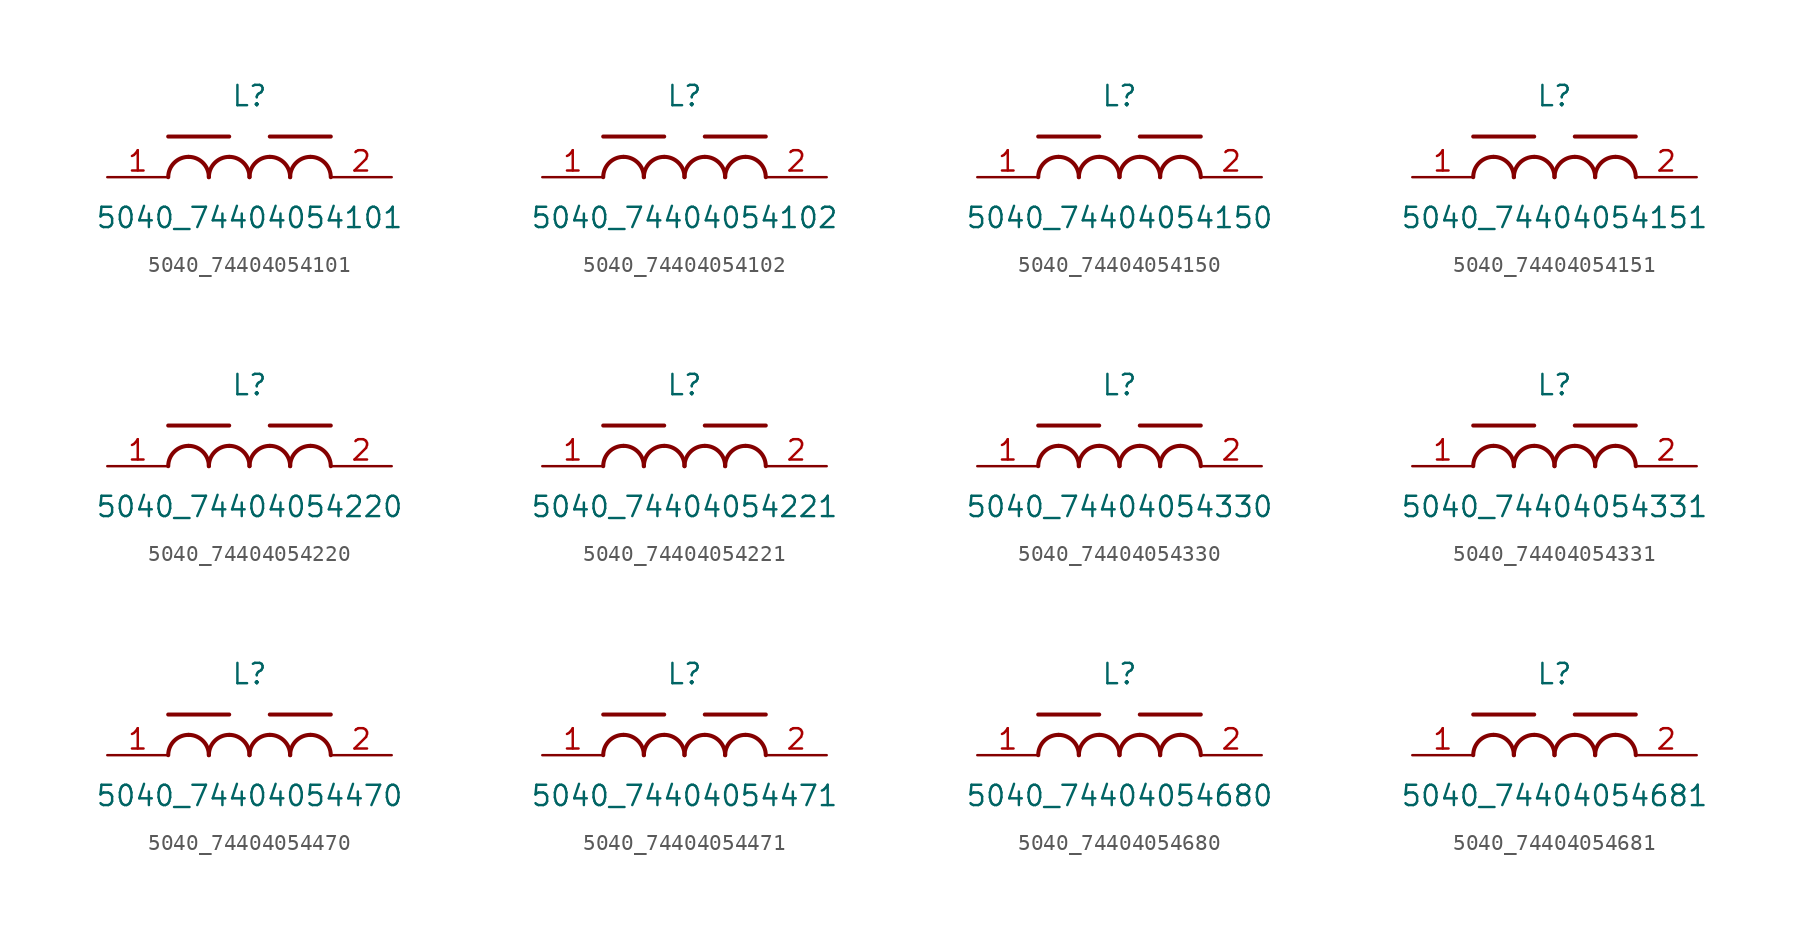
<source format=kicad_sym>
(kicad_symbol_lib
  (version 20211014)
  (generator kicad_symbol_editor)
  (symbol "Inductor_Wurth_WE-LQS:5040_74404054101"
    (pin_names hide)
    (property "Reference" "L"
      (at 0 5.08 0)
      (effects (font (size 1.27 1.27))))
    (property "Value" "5040_74404054101"
      (at 0 -2.54 0)
      (effects (font (size 1.27 1.27))))
    (symbol "5040_74404054101_0_1"
      (arc (start -3.81 1.27) (mid -4.708 0.898) (end -5.08 0) (stroke (width 0.254) (type default) (color 0 0 0 0)) (fill (type none)))
      (arc (start -2.54 0) (mid -2.912 0.898) (end -3.81 1.27) (stroke (width 0.254) (type default) (color 0 0 0 0)) (fill (type none)))
      (arc (start -1.2699 1.2701) (mid -2.1679 0.8981) (end -2.5399 0.0001) (stroke (width 0.254) (type default) (color 0 0 0 0)) (fill (type none)))
      (polyline (pts (xy -5.08 2.54) (xy -1.27 2.54)) (stroke (width 0.254) (type default) (color 0 0 0 0)) (fill (type none)))
      (polyline (pts (xy 5.08 2.54) (xy 1.27 2.54)) (stroke (width 0.254) (type default) (color 0 0 0 0)) (fill (type none)))
      (arc (start 0.0001 0.0001) (mid -0.3719 0.8981) (end -1.2699 1.2701) (stroke (width 0.254) (type default) (color 0 0 0 0)) (fill (type none)))
      (arc (start 1.2701 1.2701) (mid 0.3721 0.8981) (end 0.0001 0.0001) (stroke (width 0.254) (type default) (color 0 0 0 0)) (fill (type none)))
      (arc (start 2.5401 0.0001) (mid 2.1681 0.8981) (end 1.2701 1.2701) (stroke (width 0.254) (type default) (color 0 0 0 0)) (fill (type none)))
      (arc (start 3.8101 1.2701) (mid 2.9121 0.8981) (end 2.5401 0.0001) (stroke (width 0.254) (type default) (color 0 0 0 0)) (fill (type none)))
      (arc (start 5.0801 0.0001) (mid 4.7081 0.8981) (end 3.8101 1.2701) (stroke (width 0.254) (type default) (color 0 0 0 0)) (fill (type none))))
    (symbol "5040_74404054101_1_1"
      (pin passive line (at -8.89 0 0) (length 3.81) (name "1" (effects (font (size 1.27 1.27)))) (number "1" (effects (font (size 1.27 1.27)))))
      (pin passive line (at 8.89 0 180) (length 3.81) (name "2" (effects (font (size 1.27 1.27)))) (number "2" (effects (font (size 1.27 1.27)))))))
  (symbol "Inductor_Wurth_WE-LQS:5040_74404054102"
    (pin_names hide)
    (property "Reference" "L"
      (at 0 5.08 0)
      (effects (font (size 1.27 1.27))))
    (property "Value" "5040_74404054102"
      (at 0 -2.54 0)
      (effects (font (size 1.27 1.27))))
    (symbol "5040_74404054102_0_1"
      (arc (start -3.81 1.27) (mid -4.708 0.898) (end -5.08 0) (stroke (width 0.254) (type default) (color 0 0 0 0)) (fill (type none)))
      (arc (start -2.54 0) (mid -2.912 0.898) (end -3.81 1.27) (stroke (width 0.254) (type default) (color 0 0 0 0)) (fill (type none)))
      (arc (start -1.2699 1.2701) (mid -2.1679 0.8981) (end -2.5399 0.0001) (stroke (width 0.254) (type default) (color 0 0 0 0)) (fill (type none)))
      (polyline (pts (xy -5.08 2.54) (xy -1.27 2.54)) (stroke (width 0.254) (type default) (color 0 0 0 0)) (fill (type none)))
      (polyline (pts (xy 5.08 2.54) (xy 1.27 2.54)) (stroke (width 0.254) (type default) (color 0 0 0 0)) (fill (type none)))
      (arc (start 0.0001 0.0001) (mid -0.3719 0.8981) (end -1.2699 1.2701) (stroke (width 0.254) (type default) (color 0 0 0 0)) (fill (type none)))
      (arc (start 1.2701 1.2701) (mid 0.3721 0.8981) (end 0.0001 0.0001) (stroke (width 0.254) (type default) (color 0 0 0 0)) (fill (type none)))
      (arc (start 2.5401 0.0001) (mid 2.1681 0.8981) (end 1.2701 1.2701) (stroke (width 0.254) (type default) (color 0 0 0 0)) (fill (type none)))
      (arc (start 3.8101 1.2701) (mid 2.9121 0.8981) (end 2.5401 0.0001) (stroke (width 0.254) (type default) (color 0 0 0 0)) (fill (type none)))
      (arc (start 5.0801 0.0001) (mid 4.7081 0.8981) (end 3.8101 1.2701) (stroke (width 0.254) (type default) (color 0 0 0 0)) (fill (type none))))
    (symbol "5040_74404054102_1_1"
      (pin passive line (at -8.89 0 0) (length 3.81) (name "1" (effects (font (size 1.27 1.27)))) (number "1" (effects (font (size 1.27 1.27)))))
      (pin passive line (at 8.89 0 180) (length 3.81) (name "2" (effects (font (size 1.27 1.27)))) (number "2" (effects (font (size 1.27 1.27)))))))
  (symbol "Inductor_Wurth_WE-LQS:5040_74404054150"
    (pin_names hide)
    (property "Reference" "L"
      (at 0 5.08 0)
      (effects (font (size 1.27 1.27))))
    (property "Value" "5040_74404054150"
      (at 0 -2.54 0)
      (effects (font (size 1.27 1.27))))
    (symbol "5040_74404054150_0_1"
      (arc (start -3.81 1.27) (mid -4.708 0.898) (end -5.08 0) (stroke (width 0.254) (type default) (color 0 0 0 0)) (fill (type none)))
      (arc (start -2.54 0) (mid -2.912 0.898) (end -3.81 1.27) (stroke (width 0.254) (type default) (color 0 0 0 0)) (fill (type none)))
      (arc (start -1.2699 1.2701) (mid -2.1679 0.8981) (end -2.5399 0.0001) (stroke (width 0.254) (type default) (color 0 0 0 0)) (fill (type none)))
      (polyline (pts (xy -5.08 2.54) (xy -1.27 2.54)) (stroke (width 0.254) (type default) (color 0 0 0 0)) (fill (type none)))
      (polyline (pts (xy 5.08 2.54) (xy 1.27 2.54)) (stroke (width 0.254) (type default) (color 0 0 0 0)) (fill (type none)))
      (arc (start 0.0001 0.0001) (mid -0.3719 0.8981) (end -1.2699 1.2701) (stroke (width 0.254) (type default) (color 0 0 0 0)) (fill (type none)))
      (arc (start 1.2701 1.2701) (mid 0.3721 0.8981) (end 0.0001 0.0001) (stroke (width 0.254) (type default) (color 0 0 0 0)) (fill (type none)))
      (arc (start 2.5401 0.0001) (mid 2.1681 0.8981) (end 1.2701 1.2701) (stroke (width 0.254) (type default) (color 0 0 0 0)) (fill (type none)))
      (arc (start 3.8101 1.2701) (mid 2.9121 0.8981) (end 2.5401 0.0001) (stroke (width 0.254) (type default) (color 0 0 0 0)) (fill (type none)))
      (arc (start 5.0801 0.0001) (mid 4.7081 0.8981) (end 3.8101 1.2701) (stroke (width 0.254) (type default) (color 0 0 0 0)) (fill (type none))))
    (symbol "5040_74404054150_1_1"
      (pin passive line (at -8.89 0 0) (length 3.81) (name "1" (effects (font (size 1.27 1.27)))) (number "1" (effects (font (size 1.27 1.27)))))
      (pin passive line (at 8.89 0 180) (length 3.81) (name "2" (effects (font (size 1.27 1.27)))) (number "2" (effects (font (size 1.27 1.27)))))))
  (symbol "Inductor_Wurth_WE-LQS:5040_74404054151"
    (pin_names hide)
    (property "Reference" "L"
      (at 0 5.08 0)
      (effects (font (size 1.27 1.27))))
    (property "Value" "5040_74404054151"
      (at 0 -2.54 0)
      (effects (font (size 1.27 1.27))))
    (symbol "5040_74404054151_0_1"
      (arc (start -3.81 1.27) (mid -4.708 0.898) (end -5.08 0) (stroke (width 0.254) (type default) (color 0 0 0 0)) (fill (type none)))
      (arc (start -2.54 0) (mid -2.912 0.898) (end -3.81 1.27) (stroke (width 0.254) (type default) (color 0 0 0 0)) (fill (type none)))
      (arc (start -1.2699 1.2701) (mid -2.1679 0.8981) (end -2.5399 0.0001) (stroke (width 0.254) (type default) (color 0 0 0 0)) (fill (type none)))
      (polyline (pts (xy -5.08 2.54) (xy -1.27 2.54)) (stroke (width 0.254) (type default) (color 0 0 0 0)) (fill (type none)))
      (polyline (pts (xy 5.08 2.54) (xy 1.27 2.54)) (stroke (width 0.254) (type default) (color 0 0 0 0)) (fill (type none)))
      (arc (start 0.0001 0.0001) (mid -0.3719 0.8981) (end -1.2699 1.2701) (stroke (width 0.254) (type default) (color 0 0 0 0)) (fill (type none)))
      (arc (start 1.2701 1.2701) (mid 0.3721 0.8981) (end 0.0001 0.0001) (stroke (width 0.254) (type default) (color 0 0 0 0)) (fill (type none)))
      (arc (start 2.5401 0.0001) (mid 2.1681 0.8981) (end 1.2701 1.2701) (stroke (width 0.254) (type default) (color 0 0 0 0)) (fill (type none)))
      (arc (start 3.8101 1.2701) (mid 2.9121 0.8981) (end 2.5401 0.0001) (stroke (width 0.254) (type default) (color 0 0 0 0)) (fill (type none)))
      (arc (start 5.0801 0.0001) (mid 4.7081 0.8981) (end 3.8101 1.2701) (stroke (width 0.254) (type default) (color 0 0 0 0)) (fill (type none))))
    (symbol "5040_74404054151_1_1"
      (pin passive line (at -8.89 0 0) (length 3.81) (name "1" (effects (font (size 1.27 1.27)))) (number "1" (effects (font (size 1.27 1.27)))))
      (pin passive line (at 8.89 0 180) (length 3.81) (name "2" (effects (font (size 1.27 1.27)))) (number "2" (effects (font (size 1.27 1.27)))))))
  (symbol "Inductor_Wurth_WE-LQS:5040_74404054220"
    (pin_names hide)
    (property "Reference" "L"
      (at 0 5.08 0)
      (effects (font (size 1.27 1.27))))
    (property "Value" "5040_74404054220"
      (at 0 -2.54 0)
      (effects (font (size 1.27 1.27))))
    (symbol "5040_74404054220_0_1"
      (arc (start -3.81 1.27) (mid -4.708 0.898) (end -5.08 0) (stroke (width 0.254) (type default) (color 0 0 0 0)) (fill (type none)))
      (arc (start -2.54 0) (mid -2.912 0.898) (end -3.81 1.27) (stroke (width 0.254) (type default) (color 0 0 0 0)) (fill (type none)))
      (arc (start -1.2699 1.2701) (mid -2.1679 0.8981) (end -2.5399 0.0001) (stroke (width 0.254) (type default) (color 0 0 0 0)) (fill (type none)))
      (polyline (pts (xy -5.08 2.54) (xy -1.27 2.54)) (stroke (width 0.254) (type default) (color 0 0 0 0)) (fill (type none)))
      (polyline (pts (xy 5.08 2.54) (xy 1.27 2.54)) (stroke (width 0.254) (type default) (color 0 0 0 0)) (fill (type none)))
      (arc (start 0.0001 0.0001) (mid -0.3719 0.8981) (end -1.2699 1.2701) (stroke (width 0.254) (type default) (color 0 0 0 0)) (fill (type none)))
      (arc (start 1.2701 1.2701) (mid 0.3721 0.8981) (end 0.0001 0.0001) (stroke (width 0.254) (type default) (color 0 0 0 0)) (fill (type none)))
      (arc (start 2.5401 0.0001) (mid 2.1681 0.8981) (end 1.2701 1.2701) (stroke (width 0.254) (type default) (color 0 0 0 0)) (fill (type none)))
      (arc (start 3.8101 1.2701) (mid 2.9121 0.8981) (end 2.5401 0.0001) (stroke (width 0.254) (type default) (color 0 0 0 0)) (fill (type none)))
      (arc (start 5.0801 0.0001) (mid 4.7081 0.8981) (end 3.8101 1.2701) (stroke (width 0.254) (type default) (color 0 0 0 0)) (fill (type none))))
    (symbol "5040_74404054220_1_1"
      (pin passive line (at -8.89 0 0) (length 3.81) (name "1" (effects (font (size 1.27 1.27)))) (number "1" (effects (font (size 1.27 1.27)))))
      (pin passive line (at 8.89 0 180) (length 3.81) (name "2" (effects (font (size 1.27 1.27)))) (number "2" (effects (font (size 1.27 1.27)))))))
  (symbol "Inductor_Wurth_WE-LQS:5040_74404054221"
    (pin_names hide)
    (property "Reference" "L"
      (at 0 5.08 0)
      (effects (font (size 1.27 1.27))))
    (property "Value" "5040_74404054221"
      (at 0 -2.54 0)
      (effects (font (size 1.27 1.27))))
    (symbol "5040_74404054221_0_1"
      (arc (start -3.81 1.27) (mid -4.708 0.898) (end -5.08 0) (stroke (width 0.254) (type default) (color 0 0 0 0)) (fill (type none)))
      (arc (start -2.54 0) (mid -2.912 0.898) (end -3.81 1.27) (stroke (width 0.254) (type default) (color 0 0 0 0)) (fill (type none)))
      (arc (start -1.2699 1.2701) (mid -2.1679 0.8981) (end -2.5399 0.0001) (stroke (width 0.254) (type default) (color 0 0 0 0)) (fill (type none)))
      (polyline (pts (xy -5.08 2.54) (xy -1.27 2.54)) (stroke (width 0.254) (type default) (color 0 0 0 0)) (fill (type none)))
      (polyline (pts (xy 5.08 2.54) (xy 1.27 2.54)) (stroke (width 0.254) (type default) (color 0 0 0 0)) (fill (type none)))
      (arc (start 0.0001 0.0001) (mid -0.3719 0.8981) (end -1.2699 1.2701) (stroke (width 0.254) (type default) (color 0 0 0 0)) (fill (type none)))
      (arc (start 1.2701 1.2701) (mid 0.3721 0.8981) (end 0.0001 0.0001) (stroke (width 0.254) (type default) (color 0 0 0 0)) (fill (type none)))
      (arc (start 2.5401 0.0001) (mid 2.1681 0.8981) (end 1.2701 1.2701) (stroke (width 0.254) (type default) (color 0 0 0 0)) (fill (type none)))
      (arc (start 3.8101 1.2701) (mid 2.9121 0.8981) (end 2.5401 0.0001) (stroke (width 0.254) (type default) (color 0 0 0 0)) (fill (type none)))
      (arc (start 5.0801 0.0001) (mid 4.7081 0.8981) (end 3.8101 1.2701) (stroke (width 0.254) (type default) (color 0 0 0 0)) (fill (type none))))
    (symbol "5040_74404054221_1_1"
      (pin passive line (at -8.89 0 0) (length 3.81) (name "1" (effects (font (size 1.27 1.27)))) (number "1" (effects (font (size 1.27 1.27)))))
      (pin passive line (at 8.89 0 180) (length 3.81) (name "2" (effects (font (size 1.27 1.27)))) (number "2" (effects (font (size 1.27 1.27)))))))
  (symbol "Inductor_Wurth_WE-LQS:5040_74404054330"
    (pin_names hide)
    (property "Reference" "L"
      (at 0 5.08 0)
      (effects (font (size 1.27 1.27))))
    (property "Value" "5040_74404054330"
      (at 0 -2.54 0)
      (effects (font (size 1.27 1.27))))
    (symbol "5040_74404054330_0_1"
      (arc (start -3.81 1.27) (mid -4.708 0.898) (end -5.08 0) (stroke (width 0.254) (type default) (color 0 0 0 0)) (fill (type none)))
      (arc (start -2.54 0) (mid -2.912 0.898) (end -3.81 1.27) (stroke (width 0.254) (type default) (color 0 0 0 0)) (fill (type none)))
      (arc (start -1.2699 1.2701) (mid -2.1679 0.8981) (end -2.5399 0.0001) (stroke (width 0.254) (type default) (color 0 0 0 0)) (fill (type none)))
      (polyline (pts (xy -5.08 2.54) (xy -1.27 2.54)) (stroke (width 0.254) (type default) (color 0 0 0 0)) (fill (type none)))
      (polyline (pts (xy 5.08 2.54) (xy 1.27 2.54)) (stroke (width 0.254) (type default) (color 0 0 0 0)) (fill (type none)))
      (arc (start 0.0001 0.0001) (mid -0.3719 0.8981) (end -1.2699 1.2701) (stroke (width 0.254) (type default) (color 0 0 0 0)) (fill (type none)))
      (arc (start 1.2701 1.2701) (mid 0.3721 0.8981) (end 0.0001 0.0001) (stroke (width 0.254) (type default) (color 0 0 0 0)) (fill (type none)))
      (arc (start 2.5401 0.0001) (mid 2.1681 0.8981) (end 1.2701 1.2701) (stroke (width 0.254) (type default) (color 0 0 0 0)) (fill (type none)))
      (arc (start 3.8101 1.2701) (mid 2.9121 0.8981) (end 2.5401 0.0001) (stroke (width 0.254) (type default) (color 0 0 0 0)) (fill (type none)))
      (arc (start 5.0801 0.0001) (mid 4.7081 0.8981) (end 3.8101 1.2701) (stroke (width 0.254) (type default) (color 0 0 0 0)) (fill (type none))))
    (symbol "5040_74404054330_1_1"
      (pin passive line (at -8.89 0 0) (length 3.81) (name "1" (effects (font (size 1.27 1.27)))) (number "1" (effects (font (size 1.27 1.27)))))
      (pin passive line (at 8.89 0 180) (length 3.81) (name "2" (effects (font (size 1.27 1.27)))) (number "2" (effects (font (size 1.27 1.27)))))))
  (symbol "Inductor_Wurth_WE-LQS:5040_74404054331"
    (pin_names hide)
    (property "Reference" "L"
      (at 0 5.08 0)
      (effects (font (size 1.27 1.27))))
    (property "Value" "5040_74404054331"
      (at 0 -2.54 0)
      (effects (font (size 1.27 1.27))))
    (symbol "5040_74404054331_0_1"
      (arc (start -3.81 1.27) (mid -4.708 0.898) (end -5.08 0) (stroke (width 0.254) (type default) (color 0 0 0 0)) (fill (type none)))
      (arc (start -2.54 0) (mid -2.912 0.898) (end -3.81 1.27) (stroke (width 0.254) (type default) (color 0 0 0 0)) (fill (type none)))
      (arc (start -1.2699 1.2701) (mid -2.1679 0.8981) (end -2.5399 0.0001) (stroke (width 0.254) (type default) (color 0 0 0 0)) (fill (type none)))
      (polyline (pts (xy -5.08 2.54) (xy -1.27 2.54)) (stroke (width 0.254) (type default) (color 0 0 0 0)) (fill (type none)))
      (polyline (pts (xy 5.08 2.54) (xy 1.27 2.54)) (stroke (width 0.254) (type default) (color 0 0 0 0)) (fill (type none)))
      (arc (start 0.0001 0.0001) (mid -0.3719 0.8981) (end -1.2699 1.2701) (stroke (width 0.254) (type default) (color 0 0 0 0)) (fill (type none)))
      (arc (start 1.2701 1.2701) (mid 0.3721 0.8981) (end 0.0001 0.0001) (stroke (width 0.254) (type default) (color 0 0 0 0)) (fill (type none)))
      (arc (start 2.5401 0.0001) (mid 2.1681 0.8981) (end 1.2701 1.2701) (stroke (width 0.254) (type default) (color 0 0 0 0)) (fill (type none)))
      (arc (start 3.8101 1.2701) (mid 2.9121 0.8981) (end 2.5401 0.0001) (stroke (width 0.254) (type default) (color 0 0 0 0)) (fill (type none)))
      (arc (start 5.0801 0.0001) (mid 4.7081 0.8981) (end 3.8101 1.2701) (stroke (width 0.254) (type default) (color 0 0 0 0)) (fill (type none))))
    (symbol "5040_74404054331_1_1"
      (pin passive line (at -8.89 0 0) (length 3.81) (name "1" (effects (font (size 1.27 1.27)))) (number "1" (effects (font (size 1.27 1.27)))))
      (pin passive line (at 8.89 0 180) (length 3.81) (name "2" (effects (font (size 1.27 1.27)))) (number "2" (effects (font (size 1.27 1.27)))))))
  (symbol "Inductor_Wurth_WE-LQS:5040_74404054470"
    (pin_names hide)
    (property "Reference" "L"
      (at 0 5.08 0)
      (effects (font (size 1.27 1.27))))
    (property "Value" "5040_74404054470"
      (at 0 -2.54 0)
      (effects (font (size 1.27 1.27))))
    (symbol "5040_74404054470_0_1"
      (arc (start -3.81 1.27) (mid -4.708 0.898) (end -5.08 0) (stroke (width 0.254) (type default) (color 0 0 0 0)) (fill (type none)))
      (arc (start -2.54 0) (mid -2.912 0.898) (end -3.81 1.27) (stroke (width 0.254) (type default) (color 0 0 0 0)) (fill (type none)))
      (arc (start -1.2699 1.2701) (mid -2.1679 0.8981) (end -2.5399 0.0001) (stroke (width 0.254) (type default) (color 0 0 0 0)) (fill (type none)))
      (polyline (pts (xy -5.08 2.54) (xy -1.27 2.54)) (stroke (width 0.254) (type default) (color 0 0 0 0)) (fill (type none)))
      (polyline (pts (xy 5.08 2.54) (xy 1.27 2.54)) (stroke (width 0.254) (type default) (color 0 0 0 0)) (fill (type none)))
      (arc (start 0.0001 0.0001) (mid -0.3719 0.8981) (end -1.2699 1.2701) (stroke (width 0.254) (type default) (color 0 0 0 0)) (fill (type none)))
      (arc (start 1.2701 1.2701) (mid 0.3721 0.8981) (end 0.0001 0.0001) (stroke (width 0.254) (type default) (color 0 0 0 0)) (fill (type none)))
      (arc (start 2.5401 0.0001) (mid 2.1681 0.8981) (end 1.2701 1.2701) (stroke (width 0.254) (type default) (color 0 0 0 0)) (fill (type none)))
      (arc (start 3.8101 1.2701) (mid 2.9121 0.8981) (end 2.5401 0.0001) (stroke (width 0.254) (type default) (color 0 0 0 0)) (fill (type none)))
      (arc (start 5.0801 0.0001) (mid 4.7081 0.8981) (end 3.8101 1.2701) (stroke (width 0.254) (type default) (color 0 0 0 0)) (fill (type none))))
    (symbol "5040_74404054470_1_1"
      (pin passive line (at -8.89 0 0) (length 3.81) (name "1" (effects (font (size 1.27 1.27)))) (number "1" (effects (font (size 1.27 1.27)))))
      (pin passive line (at 8.89 0 180) (length 3.81) (name "2" (effects (font (size 1.27 1.27)))) (number "2" (effects (font (size 1.27 1.27)))))))
  (symbol "Inductor_Wurth_WE-LQS:5040_74404054471"
    (pin_names hide)
    (property "Reference" "L"
      (at 0 5.08 0)
      (effects (font (size 1.27 1.27))))
    (property "Value" "5040_74404054471"
      (at 0 -2.54 0)
      (effects (font (size 1.27 1.27))))
    (symbol "5040_74404054471_0_1"
      (arc (start -3.81 1.27) (mid -4.708 0.898) (end -5.08 0) (stroke (width 0.254) (type default) (color 0 0 0 0)) (fill (type none)))
      (arc (start -2.54 0) (mid -2.912 0.898) (end -3.81 1.27) (stroke (width 0.254) (type default) (color 0 0 0 0)) (fill (type none)))
      (arc (start -1.2699 1.2701) (mid -2.1679 0.8981) (end -2.5399 0.0001) (stroke (width 0.254) (type default) (color 0 0 0 0)) (fill (type none)))
      (polyline (pts (xy -5.08 2.54) (xy -1.27 2.54)) (stroke (width 0.254) (type default) (color 0 0 0 0)) (fill (type none)))
      (polyline (pts (xy 5.08 2.54) (xy 1.27 2.54)) (stroke (width 0.254) (type default) (color 0 0 0 0)) (fill (type none)))
      (arc (start 0.0001 0.0001) (mid -0.3719 0.8981) (end -1.2699 1.2701) (stroke (width 0.254) (type default) (color 0 0 0 0)) (fill (type none)))
      (arc (start 1.2701 1.2701) (mid 0.3721 0.8981) (end 0.0001 0.0001) (stroke (width 0.254) (type default) (color 0 0 0 0)) (fill (type none)))
      (arc (start 2.5401 0.0001) (mid 2.1681 0.8981) (end 1.2701 1.2701) (stroke (width 0.254) (type default) (color 0 0 0 0)) (fill (type none)))
      (arc (start 3.8101 1.2701) (mid 2.9121 0.8981) (end 2.5401 0.0001) (stroke (width 0.254) (type default) (color 0 0 0 0)) (fill (type none)))
      (arc (start 5.0801 0.0001) (mid 4.7081 0.8981) (end 3.8101 1.2701) (stroke (width 0.254) (type default) (color 0 0 0 0)) (fill (type none))))
    (symbol "5040_74404054471_1_1"
      (pin passive line (at -8.89 0 0) (length 3.81) (name "1" (effects (font (size 1.27 1.27)))) (number "1" (effects (font (size 1.27 1.27)))))
      (pin passive line (at 8.89 0 180) (length 3.81) (name "2" (effects (font (size 1.27 1.27)))) (number "2" (effects (font (size 1.27 1.27)))))))
  (symbol "Inductor_Wurth_WE-LQS:5040_74404054680"
    (pin_names hide)
    (property "Reference" "L"
      (at 0 5.08 0)
      (effects (font (size 1.27 1.27))))
    (property "Value" "5040_74404054680"
      (at 0 -2.54 0)
      (effects (font (size 1.27 1.27))))
    (symbol "5040_74404054680_0_1"
      (arc (start -3.81 1.27) (mid -4.708 0.898) (end -5.08 0) (stroke (width 0.254) (type default) (color 0 0 0 0)) (fill (type none)))
      (arc (start -2.54 0) (mid -2.912 0.898) (end -3.81 1.27) (stroke (width 0.254) (type default) (color 0 0 0 0)) (fill (type none)))
      (arc (start -1.2699 1.2701) (mid -2.1679 0.8981) (end -2.5399 0.0001) (stroke (width 0.254) (type default) (color 0 0 0 0)) (fill (type none)))
      (polyline (pts (xy -5.08 2.54) (xy -1.27 2.54)) (stroke (width 0.254) (type default) (color 0 0 0 0)) (fill (type none)))
      (polyline (pts (xy 5.08 2.54) (xy 1.27 2.54)) (stroke (width 0.254) (type default) (color 0 0 0 0)) (fill (type none)))
      (arc (start 0.0001 0.0001) (mid -0.3719 0.8981) (end -1.2699 1.2701) (stroke (width 0.254) (type default) (color 0 0 0 0)) (fill (type none)))
      (arc (start 1.2701 1.2701) (mid 0.3721 0.8981) (end 0.0001 0.0001) (stroke (width 0.254) (type default) (color 0 0 0 0)) (fill (type none)))
      (arc (start 2.5401 0.0001) (mid 2.1681 0.8981) (end 1.2701 1.2701) (stroke (width 0.254) (type default) (color 0 0 0 0)) (fill (type none)))
      (arc (start 3.8101 1.2701) (mid 2.9121 0.8981) (end 2.5401 0.0001) (stroke (width 0.254) (type default) (color 0 0 0 0)) (fill (type none)))
      (arc (start 5.0801 0.0001) (mid 4.7081 0.8981) (end 3.8101 1.2701) (stroke (width 0.254) (type default) (color 0 0 0 0)) (fill (type none))))
    (symbol "5040_74404054680_1_1"
      (pin passive line (at -8.89 0 0) (length 3.81) (name "1" (effects (font (size 1.27 1.27)))) (number "1" (effects (font (size 1.27 1.27)))))
      (pin passive line (at 8.89 0 180) (length 3.81) (name "2" (effects (font (size 1.27 1.27)))) (number "2" (effects (font (size 1.27 1.27)))))))
  (symbol "Inductor_Wurth_WE-LQS:5040_74404054681"
    (pin_names hide)
    (property "Reference" "L"
      (at 0 5.08 0)
      (effects (font (size 1.27 1.27))))
    (property "Value" "5040_74404054681"
      (at 0 -2.54 0)
      (effects (font (size 1.27 1.27))))
    (symbol "5040_74404054681_0_1"
      (arc (start -3.81 1.27) (mid -4.708 0.898) (end -5.08 0) (stroke (width 0.254) (type default) (color 0 0 0 0)) (fill (type none)))
      (arc (start -2.54 0) (mid -2.912 0.898) (end -3.81 1.27) (stroke (width 0.254) (type default) (color 0 0 0 0)) (fill (type none)))
      (arc (start -1.2699 1.2701) (mid -2.1679 0.8981) (end -2.5399 0.0001) (stroke (width 0.254) (type default) (color 0 0 0 0)) (fill (type none)))
      (polyline (pts (xy -5.08 2.54) (xy -1.27 2.54)) (stroke (width 0.254) (type default) (color 0 0 0 0)) (fill (type none)))
      (polyline (pts (xy 5.08 2.54) (xy 1.27 2.54)) (stroke (width 0.254) (type default) (color 0 0 0 0)) (fill (type none)))
      (arc (start 0.0001 0.0001) (mid -0.3719 0.8981) (end -1.2699 1.2701) (stroke (width 0.254) (type default) (color 0 0 0 0)) (fill (type none)))
      (arc (start 1.2701 1.2701) (mid 0.3721 0.8981) (end 0.0001 0.0001) (stroke (width 0.254) (type default) (color 0 0 0 0)) (fill (type none)))
      (arc (start 2.5401 0.0001) (mid 2.1681 0.8981) (end 1.2701 1.2701) (stroke (width 0.254) (type default) (color 0 0 0 0)) (fill (type none)))
      (arc (start 3.8101 1.2701) (mid 2.9121 0.8981) (end 2.5401 0.0001) (stroke (width 0.254) (type default) (color 0 0 0 0)) (fill (type none)))
      (arc (start 5.0801 0.0001) (mid 4.7081 0.8981) (end 3.8101 1.2701) (stroke (width 0.254) (type default) (color 0 0 0 0)) (fill (type none))))
    (symbol "5040_74404054681_1_1"
      (pin passive line (at -8.89 0 0) (length 3.81) (name "1" (effects (font (size 1.27 1.27)))) (number "1" (effects (font (size 1.27 1.27)))))
      (pin passive line (at 8.89 0 180) (length 3.81) (name "2" (effects (font (size 1.27 1.27)))) (number "2" (effects (font (size 1.27 1.27))))))))
</source>
